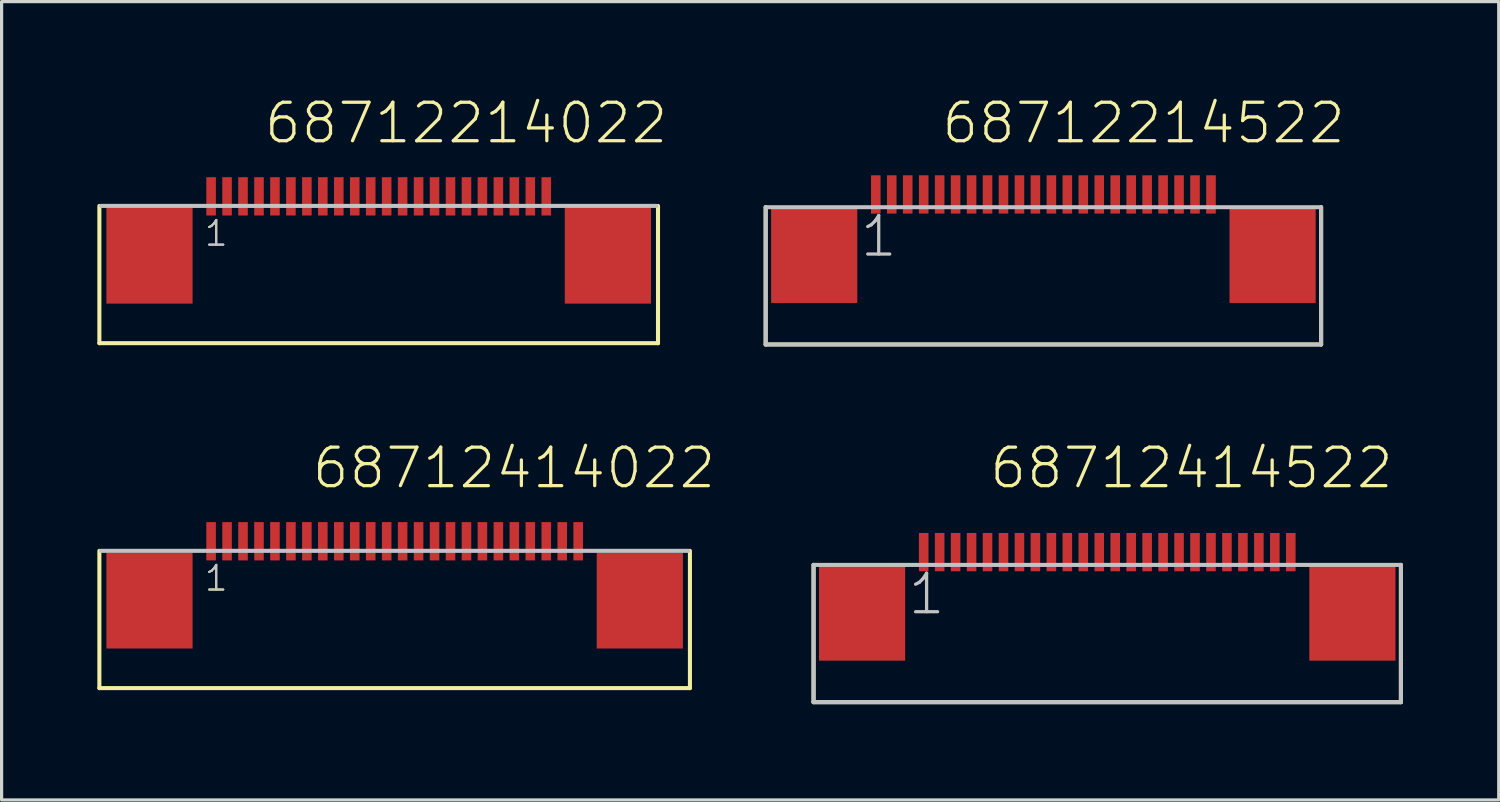
<source format=kicad_pcb>
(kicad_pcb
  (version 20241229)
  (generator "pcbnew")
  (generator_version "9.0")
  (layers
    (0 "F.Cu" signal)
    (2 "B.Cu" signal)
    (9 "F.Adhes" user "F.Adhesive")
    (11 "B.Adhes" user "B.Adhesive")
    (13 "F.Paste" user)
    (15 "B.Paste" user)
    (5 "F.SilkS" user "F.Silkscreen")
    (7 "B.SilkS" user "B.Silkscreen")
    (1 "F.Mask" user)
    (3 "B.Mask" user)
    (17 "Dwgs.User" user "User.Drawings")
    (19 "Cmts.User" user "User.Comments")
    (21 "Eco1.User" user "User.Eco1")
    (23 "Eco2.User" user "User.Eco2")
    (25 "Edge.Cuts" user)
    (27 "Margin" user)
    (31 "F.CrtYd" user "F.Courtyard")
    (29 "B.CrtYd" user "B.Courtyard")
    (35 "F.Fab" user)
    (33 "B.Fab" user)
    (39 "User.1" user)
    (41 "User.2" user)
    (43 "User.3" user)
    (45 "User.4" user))
  (footprint "68712214522"
    (layer "F.Cu")
    (at 29.636 4.941)
    (property "Reference" "68712214522" (at -3.244 -3.43 0) (layer "F.SilkS") (effects (font (size 1.206 1.206) (thickness 0.102)) (justify left bottom)))
    (attr through_hole)
    (fp_line (start -8.7 -1.5) (end -8.7 2.8) (stroke (width 0.127) (type solid)) (layer "F.SilkS"))
    (fp_line (start -8.7 2.8) (end 8.7 2.8) (stroke (width 0.127) (type solid)) (layer "F.SilkS"))
    (fp_line (start 8.7 2.8) (end 8.7 -1.5) (stroke (width 0.127) (type solid)) (layer "F.SilkS"))
    (fp_line (start -8.7 -1.5) (end 8.7 -1.5) (stroke (width 0.127) (type solid)) (layer "Dwgs.User"))
    (fp_line (start -8.7 2.8) (end -8.7 -1.5) (stroke (width 0.127) (type solid)) (layer "Dwgs.User"))
    (fp_line (start -8.7 2.8) (end 8.7 2.8) (stroke (width 0.127) (type solid)) (layer "Dwgs.User"))
    (fp_line (start 8.7 -1.5) (end 8.7 2.8) (stroke (width 0.127) (type solid)) (layer "Dwgs.User"))
    (fp_text user "1" (at -5.8 0.12 0) (layer "Dwgs.User") (effects (font (size 1.206 1.206) (thickness 0.102)) (justify left bottom)))
    (pad "1" smd rect (at -5.25 -1.9) (size 0.3 1.2) (layers "F.Cu" "F.Mask" "F.Paste"))
    (pad "2" smd rect (at -4.75 -1.9) (size 0.3 1.2) (layers "F.Cu" "F.Mask" "F.Paste"))
    (pad "3" smd rect (at -4.25 -1.9) (size 0.3 1.2) (layers "F.Cu" "F.Mask" "F.Paste"))
    (pad "4" smd rect (at -3.75 -1.9) (size 0.3 1.2) (layers "F.Cu" "F.Mask" "F.Paste"))
    (pad "5" smd rect (at -3.25 -1.9) (size 0.3 1.2) (layers "F.Cu" "F.Mask" "F.Paste"))
    (pad "6" smd rect (at -2.75 -1.9) (size 0.3 1.2) (layers "F.Cu" "F.Mask" "F.Paste"))
    (pad "7" smd rect (at -2.25 -1.9) (size 0.3 1.2) (layers "F.Cu" "F.Mask" "F.Paste"))
    (pad "8" smd rect (at -1.75 -1.9) (size 0.3 1.2) (layers "F.Cu" "F.Mask" "F.Paste"))
    (pad "9" smd rect (at -1.25 -1.9) (size 0.3 1.2) (layers "F.Cu" "F.Mask" "F.Paste"))
    (pad "10" smd rect (at -0.75 -1.9) (size 0.3 1.2) (layers "F.Cu" "F.Mask" "F.Paste"))
    (pad "11" smd rect (at -0.25 -1.9) (size 0.3 1.2) (layers "F.Cu" "F.Mask" "F.Paste"))
    (pad "12" smd rect (at 0.25 -1.9) (size 0.3 1.2) (layers "F.Cu" "F.Mask" "F.Paste"))
    (pad "13" smd rect (at 0.75 -1.9) (size 0.3 1.2) (layers "F.Cu" "F.Mask" "F.Paste"))
    (pad "14" smd rect (at 1.25 -1.9) (size 0.3 1.2) (layers "F.Cu" "F.Mask" "F.Paste"))
    (pad "15" smd rect (at 1.75 -1.9) (size 0.3 1.2) (layers "F.Cu" "F.Mask" "F.Paste"))
    (pad "16" smd rect (at 2.25 -1.9) (size 0.3 1.2) (layers "F.Cu" "F.Mask" "F.Paste"))
    (pad "17" smd rect (at 2.75 -1.9) (size 0.3 1.2) (layers "F.Cu" "F.Mask" "F.Paste"))
    (pad "18" smd rect (at 3.25 -1.9) (size 0.3 1.2) (layers "F.Cu" "F.Mask" "F.Paste"))
    (pad "19" smd rect (at 3.75 -1.9) (size 0.3 1.2) (layers "F.Cu" "F.Mask" "F.Paste"))
    (pad "20" smd rect (at 4.25 -1.9) (size 0.3 1.2) (layers "F.Cu" "F.Mask" "F.Paste"))
    (pad "21" smd rect (at 4.75 -1.9) (size 0.3 1.2) (layers "F.Cu" "F.Mask" "F.Paste"))
    (pad "22" smd rect (at 5.25 -1.9) (size 0.3 1.2) (layers "F.Cu" "F.Mask" "F.Paste"))
    (pad "Z1" smd rect (at -7.18 0) (size 2.7 3) (layers "F.Cu" "F.Mask" "F.Paste"))
    (pad "Z2" smd rect (at 7.18 0) (size 2.7 3) (layers "F.Cu" "F.Mask" "F.Paste")))
  (footprint "68712414522"
    (layer "F.Cu")
    (at 31.636 16.146)
    (property "Reference" "68712414522" (at -3.744 -3.83 0) (layer "F.SilkS") (effects (font (size 1.206 1.206) (thickness 0.102)) (justify left bottom)))
    (attr through_hole)
    (fp_line (start -9.2 -1.5) (end -9.2 2.8) (stroke (width 0.127) (type solid)) (layer "F.SilkS"))
    (fp_line (start -9.2 2.8) (end 9.2 2.8) (stroke (width 0.127) (type solid)) (layer "F.SilkS"))
    (fp_line (start 9.2 2.8) (end 9.2 -1.5) (stroke (width 0.127) (type solid)) (layer "F.SilkS"))
    (fp_line (start -9.2 -1.5) (end 9.2 -1.5) (stroke (width 0.127) (type solid)) (layer "Dwgs.User"))
    (fp_line (start -9.2 2.8) (end -9.2 -1.5) (stroke (width 0.127) (type solid)) (layer "Dwgs.User"))
    (fp_line (start -9.2 2.8) (end 9.2 2.8) (stroke (width 0.127) (type solid)) (layer "Dwgs.User"))
    (fp_line (start 9.2 -1.5) (end 9.2 2.8) (stroke (width 0.127) (type solid)) (layer "Dwgs.User"))
    (fp_text user "1" (at -6.3 0.12 0) (layer "Dwgs.User") (effects (font (size 1.206 1.206) (thickness 0.102)) (justify left bottom)))
    (pad "1" smd rect (at -5.75 -1.9) (size 0.3 1.2) (layers "F.Cu" "F.Mask" "F.Paste"))
    (pad "2" smd rect (at -5.25 -1.9) (size 0.3 1.2) (layers "F.Cu" "F.Mask" "F.Paste"))
    (pad "3" smd rect (at -4.75 -1.9) (size 0.3 1.2) (layers "F.Cu" "F.Mask" "F.Paste"))
    (pad "4" smd rect (at -4.25 -1.9) (size 0.3 1.2) (layers "F.Cu" "F.Mask" "F.Paste"))
    (pad "5" smd rect (at -3.75 -1.9) (size 0.3 1.2) (layers "F.Cu" "F.Mask" "F.Paste"))
    (pad "6" smd rect (at -3.25 -1.9) (size 0.3 1.2) (layers "F.Cu" "F.Mask" "F.Paste"))
    (pad "7" smd rect (at -2.75 -1.9) (size 0.3 1.2) (layers "F.Cu" "F.Mask" "F.Paste"))
    (pad "8" smd rect (at -2.25 -1.9) (size 0.3 1.2) (layers "F.Cu" "F.Mask" "F.Paste"))
    (pad "9" smd rect (at -1.75 -1.9) (size 0.3 1.2) (layers "F.Cu" "F.Mask" "F.Paste"))
    (pad "10" smd rect (at -1.25 -1.9) (size 0.3 1.2) (layers "F.Cu" "F.Mask" "F.Paste"))
    (pad "11" smd rect (at -0.75 -1.9) (size 0.3 1.2) (layers "F.Cu" "F.Mask" "F.Paste"))
    (pad "12" smd rect (at -0.25 -1.9) (size 0.3 1.2) (layers "F.Cu" "F.Mask" "F.Paste"))
    (pad "13" smd rect (at 0.25 -1.9) (size 0.3 1.2) (layers "F.Cu" "F.Mask" "F.Paste"))
    (pad "14" smd rect (at 0.75 -1.9) (size 0.3 1.2) (layers "F.Cu" "F.Mask" "F.Paste"))
    (pad "15" smd rect (at 1.25 -1.9) (size 0.3 1.2) (layers "F.Cu" "F.Mask" "F.Paste"))
    (pad "16" smd rect (at 1.75 -1.9) (size 0.3 1.2) (layers "F.Cu" "F.Mask" "F.Paste"))
    (pad "17" smd rect (at 2.25 -1.9) (size 0.3 1.2) (layers "F.Cu" "F.Mask" "F.Paste"))
    (pad "18" smd rect (at 2.75 -1.9) (size 0.3 1.2) (layers "F.Cu" "F.Mask" "F.Paste"))
    (pad "19" smd rect (at 3.25 -1.9) (size 0.3 1.2) (layers "F.Cu" "F.Mask" "F.Paste"))
    (pad "20" smd rect (at 3.75 -1.9) (size 0.3 1.2) (layers "F.Cu" "F.Mask" "F.Paste"))
    (pad "21" smd rect (at 4.25 -1.9) (size 0.3 1.2) (layers "F.Cu" "F.Mask" "F.Paste"))
    (pad "22" smd rect (at 4.75 -1.9) (size 0.3 1.2) (layers "F.Cu" "F.Mask" "F.Paste"))
    (pad "23" smd rect (at 5.25 -1.9) (size 0.3 1.2) (layers "F.Cu" "F.Mask" "F.Paste"))
    (pad "24" smd rect (at 5.75 -1.9) (size 0.3 1.2) (layers "F.Cu" "F.Mask" "F.Paste"))
    (pad "Z1" smd rect (at -7.68 0) (size 2.7 3) (layers "F.Cu" "F.Mask" "F.Paste"))
    (pad "Z2" smd rect (at 7.68 0) (size 2.7 3) (layers "F.Cu" "F.Mask" "F.Paste")))
  (footprint "68712214022"
    (layer "F.Cu")
    (at 9.313 4.961)
    (property "Reference" "68712214022" (at -4.144 -3.45 0) (layer "F.SilkS") (effects (font (size 1.206 1.206) (thickness 0.102)) (justify left bottom)))
    (attr through_hole)
    (fp_line (start -9.25 -1.56) (end -9.25 2.74) (stroke (width 0.127) (type solid)) (layer "F.SilkS"))
    (fp_line (start -9.25 2.74) (end 8.25 2.74) (stroke (width 0.127) (type solid)) (layer "F.SilkS"))
    (fp_line (start 8.25 2.74) (end 8.25 -1.56) (stroke (width 0.127) (type solid)) (layer "F.SilkS"))
    (fp_line (start 8.2 -1.56) (end -9.2 -1.56) (stroke (width 0.127) (type solid)) (layer "Dwgs.User"))
    (fp_text user "1" (at -6 -0.25 0) (layer "F.SilkS") (effects (font (size 0.772 0.772) (thickness 0.065)) (justify left bottom)))
    (fp_text user "1" (at -6 -0.25 0) (layer "Dwgs.User") (effects (font (size 0.772 0.772) (thickness 0.065)) (justify left bottom)))
    (pad "1" smd rect (at -5.75 -1.86) (size 0.3 1.2) (layers "F.Cu" "F.Mask" "F.Paste"))
    (pad "2" smd rect (at -5.25 -1.86) (size 0.3 1.2) (layers "F.Cu" "F.Mask" "F.Paste"))
    (pad "3" smd rect (at -4.75 -1.86) (size 0.3 1.2) (layers "F.Cu" "F.Mask" "F.Paste"))
    (pad "4" smd rect (at -4.25 -1.86) (size 0.3 1.2) (layers "F.Cu" "F.Mask" "F.Paste"))
    (pad "5" smd rect (at -3.75 -1.86) (size 0.3 1.2) (layers "F.Cu" "F.Mask" "F.Paste"))
    (pad "6" smd rect (at -3.25 -1.86) (size 0.3 1.2) (layers "F.Cu" "F.Mask" "F.Paste"))
    (pad "7" smd rect (at -2.75 -1.86) (size 0.3 1.2) (layers "F.Cu" "F.Mask" "F.Paste"))
    (pad "8" smd rect (at -2.25 -1.86) (size 0.3 1.2) (layers "F.Cu" "F.Mask" "F.Paste"))
    (pad "9" smd rect (at -1.75 -1.86) (size 0.3 1.2) (layers "F.Cu" "F.Mask" "F.Paste"))
    (pad "10" smd rect (at -1.25 -1.86) (size 0.3 1.2) (layers "F.Cu" "F.Mask" "F.Paste"))
    (pad "11" smd rect (at -0.75 -1.86) (size 0.3 1.2) (layers "F.Cu" "F.Mask" "F.Paste"))
    (pad "12" smd rect (at -0.25 -1.86) (size 0.3 1.2) (layers "F.Cu" "F.Mask" "F.Paste"))
    (pad "13" smd rect (at 0.25 -1.86) (size 0.3 1.2) (layers "F.Cu" "F.Mask" "F.Paste"))
    (pad "14" smd rect (at 0.75 -1.86) (size 0.3 1.2) (layers "F.Cu" "F.Mask" "F.Paste"))
    (pad "15" smd rect (at 1.25 -1.86) (size 0.3 1.2) (layers "F.Cu" "F.Mask" "F.Paste"))
    (pad "16" smd rect (at 1.75 -1.86) (size 0.3 1.2) (layers "F.Cu" "F.Mask" "F.Paste"))
    (pad "17" smd rect (at 2.25 -1.86) (size 0.3 1.2) (layers "F.Cu" "F.Mask" "F.Paste"))
    (pad "18" smd rect (at 2.75 -1.86) (size 0.3 1.2) (layers "F.Cu" "F.Mask" "F.Paste"))
    (pad "19" smd rect (at 3.25 -1.86) (size 0.3 1.2) (layers "F.Cu" "F.Mask" "F.Paste"))
    (pad "20" smd rect (at 3.75 -1.86) (size 0.3 1.2) (layers "F.Cu" "F.Mask" "F.Paste"))
    (pad "21" smd rect (at 4.25 -1.86) (size 0.3 1.2) (layers "F.Cu" "F.Mask" "F.Paste"))
    (pad "22" smd rect (at 4.75 -1.86) (size 0.3 1.2) (layers "F.Cu" "F.Mask" "F.Paste"))
    (pad "Z1" smd rect (at -7.68 0) (size 2.7 3) (layers "F.Cu" "F.Mask" "F.Paste"))
    (pad "Z2" smd rect (at 6.68 0) (size 2.7 3) (layers "F.Cu" "F.Mask" "F.Paste")))
  (footprint "68712414022"
    (layer "F.Cu")
    (at 9.313 15.766)
    (property "Reference" "68712414022" (at -2.644 -3.45 0) (layer "F.SilkS") (effects (font (size 1.206 1.206) (thickness 0.102)) (justify left bottom)))
    (attr through_hole)
    (fp_line (start -9.25 -1.56) (end -9.25 2.74) (stroke (width 0.127) (type solid)) (layer "F.SilkS"))
    (fp_line (start -9.25 2.74) (end 9.25 2.74) (stroke (width 0.127) (type solid)) (layer "F.SilkS"))
    (fp_line (start 9.25 2.74) (end 9.25 -1.56) (stroke (width 0.127) (type solid)) (layer "F.SilkS"))
    (fp_line (start 9.2 -1.56) (end -9.2 -1.56) (stroke (width 0.127) (type solid)) (layer "Dwgs.User"))
    (fp_text user "1" (at -6 -0.25 0) (layer "F.SilkS") (effects (font (size 0.772 0.772) (thickness 0.065)) (justify left bottom)))
    (fp_text user "1" (at -6 -0.25 0) (layer "Dwgs.User") (effects (font (size 0.772 0.772) (thickness 0.065)) (justify left bottom)))
    (pad "1" smd rect (at -5.75 -1.86) (size 0.3 1.2) (layers "F.Cu" "F.Mask" "F.Paste"))
    (pad "2" smd rect (at -5.25 -1.86) (size 0.3 1.2) (layers "F.Cu" "F.Mask" "F.Paste"))
    (pad "3" smd rect (at -4.75 -1.86) (size 0.3 1.2) (layers "F.Cu" "F.Mask" "F.Paste"))
    (pad "4" smd rect (at -4.25 -1.86) (size 0.3 1.2) (layers "F.Cu" "F.Mask" "F.Paste"))
    (pad "5" smd rect (at -3.75 -1.86) (size 0.3 1.2) (layers "F.Cu" "F.Mask" "F.Paste"))
    (pad "6" smd rect (at -3.25 -1.86) (size 0.3 1.2) (layers "F.Cu" "F.Mask" "F.Paste"))
    (pad "7" smd rect (at -2.75 -1.86) (size 0.3 1.2) (layers "F.Cu" "F.Mask" "F.Paste"))
    (pad "8" smd rect (at -2.25 -1.86) (size 0.3 1.2) (layers "F.Cu" "F.Mask" "F.Paste"))
    (pad "9" smd rect (at -1.75 -1.86) (size 0.3 1.2) (layers "F.Cu" "F.Mask" "F.Paste"))
    (pad "10" smd rect (at -1.25 -1.86) (size 0.3 1.2) (layers "F.Cu" "F.Mask" "F.Paste"))
    (pad "11" smd rect (at -0.75 -1.86) (size 0.3 1.2) (layers "F.Cu" "F.Mask" "F.Paste"))
    (pad "12" smd rect (at -0.25 -1.86) (size 0.3 1.2) (layers "F.Cu" "F.Mask" "F.Paste"))
    (pad "13" smd rect (at 0.25 -1.86) (size 0.3 1.2) (layers "F.Cu" "F.Mask" "F.Paste"))
    (pad "14" smd rect (at 0.75 -1.86) (size 0.3 1.2) (layers "F.Cu" "F.Mask" "F.Paste"))
    (pad "15" smd rect (at 1.25 -1.86) (size 0.3 1.2) (layers "F.Cu" "F.Mask" "F.Paste"))
    (pad "16" smd rect (at 1.75 -1.86) (size 0.3 1.2) (layers "F.Cu" "F.Mask" "F.Paste"))
    (pad "17" smd rect (at 2.25 -1.86) (size 0.3 1.2) (layers "F.Cu" "F.Mask" "F.Paste"))
    (pad "18" smd rect (at 2.75 -1.86) (size 0.3 1.2) (layers "F.Cu" "F.Mask" "F.Paste"))
    (pad "19" smd rect (at 3.25 -1.86) (size 0.3 1.2) (layers "F.Cu" "F.Mask" "F.Paste"))
    (pad "20" smd rect (at 3.75 -1.86) (size 0.3 1.2) (layers "F.Cu" "F.Mask" "F.Paste"))
    (pad "21" smd rect (at 4.25 -1.86) (size 0.3 1.2) (layers "F.Cu" "F.Mask" "F.Paste"))
    (pad "22" smd rect (at 4.75 -1.86) (size 0.3 1.2) (layers "F.Cu" "F.Mask" "F.Paste"))
    (pad "23" smd rect (at 5.25 -1.86) (size 0.3 1.2) (layers "F.Cu" "F.Mask" "F.Paste"))
    (pad "24" smd rect (at 5.75 -1.86) (size 0.3 1.2) (layers "F.Cu" "F.Mask" "F.Paste"))
    (pad "Z1" smd rect (at -7.68 0) (size 2.7 3) (layers "F.Cu" "F.Mask" "F.Paste"))
    (pad "Z2" smd rect (at 7.68 0) (size 2.7 3) (layers "F.Cu" "F.Mask" "F.Paste")))
  (gr_rect
    (start -3 -3)
    (end 43.9 22.01)
    (stroke (width 0.1) (type default))
    (fill no)
    (layer "Edge.Cuts")))
</source>
